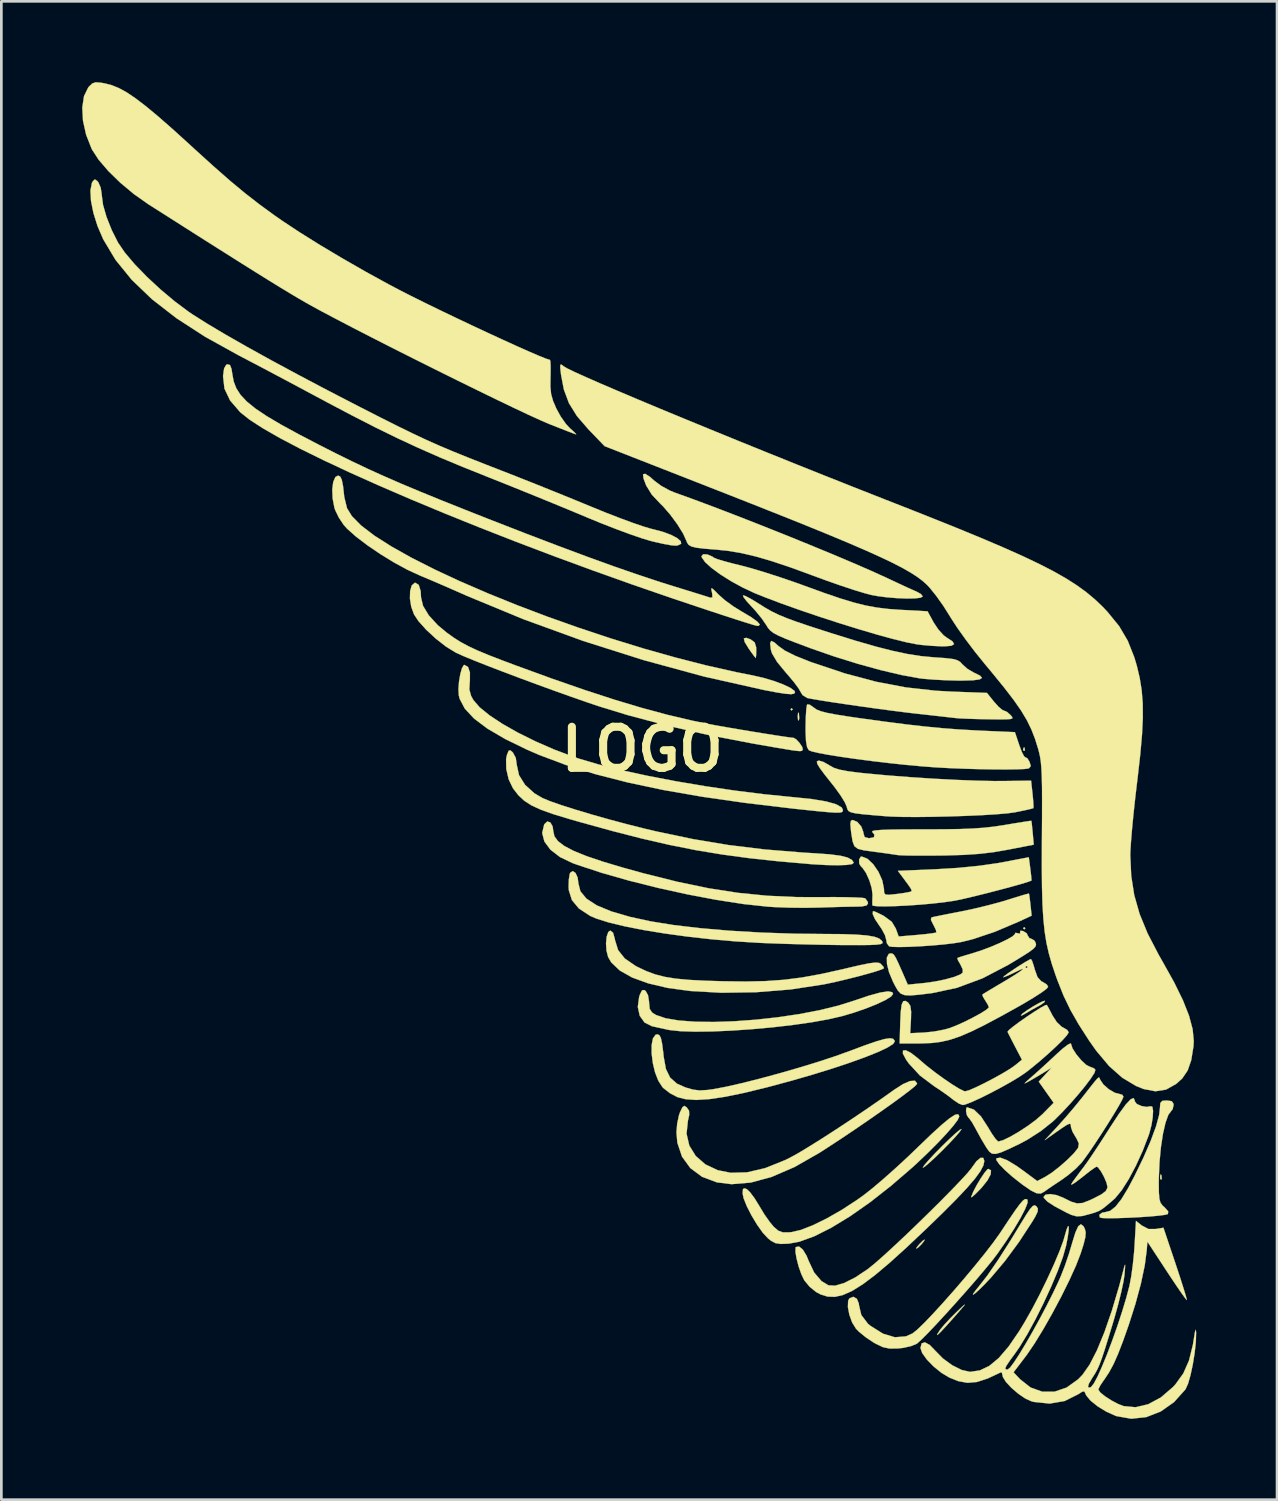
<source format=kicad_pcb>
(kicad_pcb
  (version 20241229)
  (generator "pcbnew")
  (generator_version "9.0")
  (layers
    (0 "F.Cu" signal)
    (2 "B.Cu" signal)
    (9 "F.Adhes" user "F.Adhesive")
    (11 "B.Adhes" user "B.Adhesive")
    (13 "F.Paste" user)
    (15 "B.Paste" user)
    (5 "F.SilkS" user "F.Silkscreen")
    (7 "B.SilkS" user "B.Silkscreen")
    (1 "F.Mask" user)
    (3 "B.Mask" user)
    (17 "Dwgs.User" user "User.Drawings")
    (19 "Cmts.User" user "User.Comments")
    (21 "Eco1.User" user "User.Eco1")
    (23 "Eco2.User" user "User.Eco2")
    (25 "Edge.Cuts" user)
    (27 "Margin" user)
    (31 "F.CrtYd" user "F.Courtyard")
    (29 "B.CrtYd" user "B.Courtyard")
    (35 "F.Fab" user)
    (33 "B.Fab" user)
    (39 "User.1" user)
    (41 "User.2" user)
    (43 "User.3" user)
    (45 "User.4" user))
  (footprint "LOGO"
    (layer "F.Cu")
    (at 20.794 24.767)
    (property "Reference" "LOGO" (at 0 0 0) (layer "F.SilkS") (effects (font (size 1.524 1.524) (thickness 0.3))))
    (attr through_hole)
    (fp_poly (pts (xy 5.588 -1.482) (xy 5.546 -1.439) (xy 5.503 -1.482) (xy 5.546 -1.524) (xy 5.588 -1.482)) (stroke (width 0.01) (type solid)) (fill yes) (layer "F.SilkS"))
    (fp_poly (pts (xy 14.224 6.646) (xy 14.182 6.689) (xy 14.139 6.646) (xy 14.182 6.604) (xy 14.224 6.646)) (stroke (width 0.01) (type solid)) (fill yes) (layer "F.SilkS"))
    (fp_poly (pts (xy 14.196 -0.056) (xy 14.206 0.044) (xy 14.196 0.056) (xy 14.145 0.045) (xy 14.139 0) (xy 14.17 -0.07) (xy 14.196 -0.056)) (stroke (width 0.01) (type solid)) (fill yes) (layer "F.SilkS"))
    (fp_poly (pts (xy 19.277 15.817) (xy 19.287 15.949) (xy 19.27 15.979) (xy 19.232 15.954) (xy 19.226 15.868) (xy 19.247 15.778) (xy 19.277 15.817)) (stroke (width 0.01) (type solid)) (fill yes) (layer "F.SilkS"))
    (fp_poly (pts (xy 5.812 -1.346) (xy 5.816 -1.332) (xy 5.828 -1.147) (xy 5.813 -1.078) (xy 5.785 -1.075) (xy 5.774 -1.208) (xy 5.774 -1.228) (xy 5.786 -1.359) (xy 5.812 -1.346)) (stroke (width 0.01) (type solid)) (fill yes) (layer "F.SilkS"))
    (fp_poly (pts (xy 10.465 18.256) (xy 10.372 18.373) (xy 10.244 18.498) (xy 10.176 18.542) (xy 10.193 18.489) (xy 10.287 18.373) (xy 10.414 18.247) (xy 10.483 18.203) (xy 10.465 18.256)) (stroke (width 0.01) (type solid)) (fill yes) (layer "F.SilkS"))
    (fp_poly (pts (xy 4.021 -4.08) (xy 4.173 -3.969) (xy 4.23 -3.787) (xy 4.233 -3.685) (xy 4.228 -3.489) (xy 4.215 -3.392) (xy 4.212 -3.39) (xy 4.156 -3.455) (xy 4.037 -3.617) (xy 3.953 -3.737) (xy 3.802 -3.984) (xy 3.772 -4.115) (xy 3.864 -4.137) (xy 4.021 -4.08)) (stroke (width 0.01) (type solid)) (fill yes) (layer "F.SilkS"))
    (fp_poly (pts (xy 14.919 9.402) (xy 14.772 9.503) (xy 14.719 9.531) (xy 14.471 9.666) (xy 14.256 9.794) (xy 14.245 9.801) (xy 14.107 9.878) (xy 14.055 9.882) (xy 14.12 9.81) (xy 14.284 9.692) (xy 14.498 9.556) (xy 14.714 9.433) (xy 14.883 9.352) (xy 14.955 9.339) (xy 14.919 9.402)) (stroke (width 0.01) (type solid)) (fill yes) (layer "F.SilkS"))
    (fp_poly (pts (xy 11.961 20.641) (xy 11.848 20.776) (xy 11.628 21.029) (xy 11.562 21.103) (xy 11.27 21.43) (xy 11.067 21.646) (xy 10.957 21.746) (xy 10.946 21.727) (xy 11.037 21.585) (xy 11.079 21.526) (xy 11.227 21.349) (xy 11.451 21.11) (xy 11.693 20.87) (xy 11.879 20.695) (xy 11.97 20.616) (xy 11.961 20.641)) (stroke (width 0.01) (type solid)) (fill yes) (layer "F.SilkS"))
    (fp_poly (pts (xy 12.948 15.633) (xy 12.936 15.782) (xy 12.819 16.002) (xy 12.608 16.268) (xy 12.568 16.311) (xy 12.379 16.503) (xy 12.25 16.618) (xy 12.207 16.632) (xy 12.208 16.63) (xy 12.285 16.437) (xy 12.412 16.192) (xy 12.561 15.941) (xy 12.704 15.728) (xy 12.813 15.598) (xy 12.848 15.579) (xy 12.948 15.633)) (stroke (width 0.01) (type solid)) (fill yes) (layer "F.SilkS"))
    (fp_poly (pts (xy 11.853 14.101) (xy 11.796 14.19) (xy 11.642 14.371) (xy 11.413 14.617) (xy 11.134 14.901) (xy 10.857 15.17) (xy 10.63 15.378) (xy 10.475 15.506) (xy 10.414 15.534) (xy 10.414 15.533) (xy 10.471 15.443) (xy 10.626 15.262) (xy 10.855 15.016) (xy 11.134 14.732) (xy 11.41 14.464) (xy 11.637 14.255) (xy 11.792 14.127) (xy 11.853 14.099) (xy 11.853 14.101)) (stroke (width 0.01) (type solid)) (fill yes) (layer "F.SilkS"))
    (fp_poly (pts (xy 14.633 16.967) (xy 14.689 17.053) (xy 14.68 17.167) (xy 14.593 17.349) (xy 14.479 17.54) (xy 13.992 18.286) (xy 13.47 18.995) (xy 12.96 19.6) (xy 12.715 19.861) (xy 12.51 20.064) (xy 12.361 20.198) (xy 12.281 20.252) (xy 12.285 20.215) (xy 12.389 20.074) (xy 12.47 19.977) (xy 12.809 19.543) (xy 13.212 18.959) (xy 13.681 18.223) (xy 14.032 17.646) (xy 14.246 17.296) (xy 14.395 17.073) (xy 14.497 16.958) (xy 14.572 16.931) (xy 14.633 16.967)) (stroke (width 0.01) (type solid)) (fill yes) (layer "F.SilkS"))
    (fp_poly (pts (xy 19.66 13.066) (xy 19.725 13.166) (xy 19.727 13.203) (xy 19.692 13.363) (xy 19.649 13.416) (xy 19.534 13.569) (xy 19.427 13.864) (xy 19.333 14.273) (xy 19.257 14.77) (xy 19.204 15.327) (xy 19.179 15.916) (xy 19.177 16.098) (xy 19.181 16.458) (xy 19.199 16.689) (xy 19.241 16.836) (xy 19.316 16.939) (xy 19.389 17.003) (xy 19.527 17.156) (xy 19.516 17.255) (xy 19.406 17.286) (xy 19.167 17.317) (xy 18.834 17.347) (xy 18.447 17.373) (xy 18.041 17.394) (xy 17.656 17.407) (xy 17.327 17.412) (xy 17.092 17.405) (xy 16.99 17.385) (xy 16.97 17.284) (xy 17.073 17.205) (xy 17.181 17.187) (xy 17.371 17.138) (xy 17.569 16.982) (xy 17.789 16.704) (xy 18.04 16.291) (xy 18.272 15.852) (xy 18.61 15.155) (xy 18.88 14.532) (xy 19.076 13.999) (xy 19.191 13.576) (xy 19.219 13.33) (xy 19.234 13.133) (xy 19.309 13.053) (xy 19.473 13.039) (xy 19.66 13.066)) (stroke (width 0.01) (type solid)) (fill yes) (layer "F.SilkS"))
    (fp_poly (pts (xy -3.411 2.718) (xy -3.326 2.867) (xy -3.302 3.045) (xy -3.26 3.232) (xy -3.128 3.412) (xy -2.893 3.591) (xy -2.545 3.774) (xy -2.073 3.966) (xy -1.465 4.171) (xy -0.712 4.396) (xy 0.049 4.606) (xy 1.309 4.921) (xy 2.465 5.161) (xy 3.559 5.331) (xy 4.636 5.438) (xy 5.738 5.488) (xy 6.608 5.491) (xy 7.111 5.488) (xy 7.559 5.492) (xy 7.922 5.502) (xy 8.172 5.516) (xy 8.28 5.535) (xy 8.374 5.668) (xy 8.382 5.72) (xy 8.33 5.799) (xy 8.154 5.836) (xy 7.972 5.842) (xy 7.719 5.845) (xy 7.351 5.853) (xy 6.919 5.866) (xy 6.554 5.878) (xy 6.036 5.887) (xy 5.466 5.881) (xy 4.928 5.861) (xy 4.657 5.844) (xy 3.761 5.747) (xy 2.753 5.591) (xy 1.679 5.388) (xy 0.581 5.146) (xy -0.496 4.876) (xy -1.509 4.587) (xy -2.413 4.289) (xy -2.584 4.227) (xy -3.055 4.002) (xy -3.408 3.729) (xy -3.633 3.426) (xy -3.715 3.11) (xy -3.642 2.798) (xy -3.635 2.783) (xy -3.525 2.681) (xy -3.411 2.718)) (stroke (width 0.01) (type solid)) (fill yes) (layer "F.SilkS"))
    (fp_poly (pts (xy 0.128 8.976) (xy 0.214 9.13) (xy 0.253 9.372) (xy 0.254 9.406) (xy 0.276 9.639) (xy 0.37 9.778) (xy 0.51 9.865) (xy 0.865 9.987) (xy 1.358 10.07) (xy 1.965 10.115) (xy 2.661 10.124) (xy 3.419 10.098) (xy 4.216 10.04) (xy 5.026 9.951) (xy 5.824 9.833) (xy 6.584 9.687) (xy 7.281 9.517) (xy 7.832 9.344) (xy 8.407 9.15) (xy 8.836 9.032) (xy 9.126 8.988) (xy 9.282 9.019) (xy 9.313 9.085) (xy 9.236 9.182) (xy 9.024 9.313) (xy 8.705 9.464) (xy 8.307 9.623) (xy 7.858 9.778) (xy 7.442 9.902) (xy 6.923 10.023) (xy 6.296 10.136) (xy 5.593 10.236) (xy 4.843 10.323) (xy 4.075 10.393) (xy 3.319 10.445) (xy 2.604 10.477) (xy 1.961 10.485) (xy 1.418 10.468) (xy 1.005 10.423) (xy 0.931 10.408) (xy 0.654 10.347) (xy 0.419 10.295) (xy 0.362 10.283) (xy 0.087 10.146) (xy -0.093 9.896) (xy -0.165 9.566) (xy -0.115 9.191) (xy -0.083 9.098) (xy -0.007 8.948) (xy 0.076 8.939) (xy 0.128 8.976)) (stroke (width 0.01) (type solid)) (fill yes) (layer "F.SilkS"))
    (fp_poly (pts (xy -2.477 4.593) (xy -2.399 4.761) (xy -2.371 4.975) (xy -2.296 5.274) (xy -2.072 5.546) (xy -1.692 5.794) (xy -1.155 6.018) (xy -0.456 6.222) (xy 0.296 6.386) (xy 1.152 6.525) (xy 2.147 6.642) (xy 3.25 6.737) (xy 4.433 6.806) (xy 5.665 6.847) (xy 6.738 6.858) (xy 7.419 6.863) (xy 7.948 6.881) (xy 8.344 6.913) (xy 8.623 6.962) (xy 8.804 7.031) (xy 8.903 7.121) (xy 8.923 7.16) (xy 8.917 7.203) (xy 8.85 7.234) (xy 8.7 7.255) (xy 8.447 7.267) (xy 8.07 7.271) (xy 7.551 7.27) (xy 7.385 7.269) (xy 6.741 7.26) (xy 6.022 7.244) (xy 5.298 7.224) (xy 4.639 7.2) (xy 4.36 7.188) (xy 3.465 7.133) (xy 2.563 7.054) (xy 1.677 6.955) (xy 0.83 6.839) (xy 0.046 6.711) (xy -0.654 6.573) (xy -1.245 6.43) (xy -1.706 6.285) (xy -1.933 6.187) (xy -2.35 5.914) (xy -2.611 5.6) (xy -2.727 5.23) (xy -2.735 5.104) (xy -2.726 4.84) (xy -2.695 4.639) (xy -2.675 4.586) (xy -2.578 4.523) (xy -2.477 4.593)) (stroke (width 0.01) (type solid)) (fill yes) (layer "F.SilkS"))
    (fp_poly (pts (xy -1.083 6.811) (xy -1.016 7.052) (xy -1.01 7.09) (xy -0.896 7.457) (xy -0.65 7.767) (xy -0.254 8.04) (xy -0.165 8.087) (xy 0.163 8.241) (xy 0.487 8.36) (xy 0.838 8.45) (xy 1.245 8.516) (xy 1.737 8.562) (xy 2.344 8.593) (xy 2.963 8.612) (xy 3.826 8.623) (xy 4.573 8.607) (xy 5.255 8.559) (xy 5.925 8.474) (xy 6.635 8.345) (xy 7.436 8.168) (xy 7.644 8.118) (xy 8.108 8.01) (xy 8.436 7.945) (xy 8.654 7.919) (xy 8.787 7.929) (xy 8.85 7.961) (xy 8.955 8.077) (xy 8.975 8.128) (xy 8.897 8.171) (xy 8.687 8.243) (xy 8.376 8.334) (xy 7.997 8.437) (xy 7.582 8.541) (xy 7.163 8.64) (xy 6.772 8.723) (xy 6.731 8.731) (xy 5.513 8.917) (xy 4.221 9.021) (xy 2.93 9.04) (xy 1.778 8.975) (xy 0.946 8.861) (xy 0.225 8.692) (xy -0.373 8.475) (xy -0.836 8.213) (xy -1.152 7.911) (xy -1.267 7.713) (xy -1.328 7.475) (xy -1.345 7.206) (xy -1.321 6.959) (xy -1.26 6.784) (xy -1.185 6.731) (xy -1.083 6.811)) (stroke (width 0.01) (type solid)) (fill yes) (layer "F.SilkS"))
    (fp_poly (pts (xy 2.418 -7.232) (xy 2.603 -7.153) (xy 2.67 -7.106) (xy 2.785 -7.059) (xy 3.027 -6.986) (xy 3.358 -6.897) (xy 3.661 -6.823) (xy 4.051 -6.719) (xy 4.55 -6.569) (xy 5.108 -6.389) (xy 5.676 -6.195) (xy 6.028 -6.068) (xy 6.746 -5.807) (xy 7.34 -5.604) (xy 7.843 -5.451) (xy 8.287 -5.339) (xy 8.704 -5.262) (xy 9.127 -5.21) (xy 9.587 -5.176) (xy 9.636 -5.174) (xy 10.593 -5.122) (xy 10.821 -4.704) (xy 10.996 -4.442) (xy 11.192 -4.228) (xy 11.297 -4.15) (xy 11.519 -4.005) (xy 11.578 -3.902) (xy 11.473 -3.841) (xy 11.204 -3.82) (xy 11.12 -3.821) (xy 10.75 -3.839) (xy 10.368 -3.873) (xy 10.202 -3.894) (xy 9.824 -3.968) (xy 9.316 -4.093) (xy 8.708 -4.26) (xy 8.027 -4.461) (xy 7.303 -4.686) (xy 6.564 -4.926) (xy 5.84 -5.172) (xy 5.158 -5.415) (xy 4.547 -5.646) (xy 4.177 -5.795) (xy 3.733 -6.002) (xy 3.3 -6.239) (xy 2.904 -6.488) (xy 2.573 -6.731) (xy 2.333 -6.948) (xy 2.211 -7.122) (xy 2.201 -7.17) (xy 2.265 -7.24) (xy 2.418 -7.232)) (stroke (width 0.01) (type solid)) (fill yes) (layer "F.SilkS"))
    (fp_poly (pts (xy 6.725 0.47) (xy 6.931 0.585) (xy 6.959 0.604) (xy 7.112 0.689) (xy 7.324 0.757) (xy 7.627 0.815) (xy 8.053 0.87) (xy 8.284 0.894) (xy 9.085 0.969) (xy 9.938 1.035) (xy 10.803 1.092) (xy 11.641 1.136) (xy 12.414 1.166) (xy 13.081 1.18) (xy 13.417 1.179) (xy 14.436 1.165) (xy 14.491 1.662) (xy 14.516 1.931) (xy 14.526 2.122) (xy 14.521 2.186) (xy 14.431 2.213) (xy 14.217 2.263) (xy 13.92 2.324) (xy 13.83 2.342) (xy 13.551 2.38) (xy 13.135 2.415) (xy 12.617 2.447) (xy 12.031 2.473) (xy 11.409 2.494) (xy 10.785 2.508) (xy 10.193 2.515) (xy 9.666 2.512) (xy 9.237 2.499) (xy 9.059 2.488) (xy 8.541 2.445) (xy 8.166 2.41) (xy 7.911 2.378) (xy 7.751 2.341) (xy 7.662 2.295) (xy 7.618 2.233) (xy 7.595 2.149) (xy 7.592 2.132) (xy 7.518 1.964) (xy 7.363 1.713) (xy 7.154 1.423) (xy 7.067 1.312) (xy 6.782 0.953) (xy 6.596 0.703) (xy 6.5 0.544) (xy 6.482 0.458) (xy 6.532 0.425) (xy 6.567 0.423) (xy 6.725 0.47)) (stroke (width 0.01) (type solid)) (fill yes) (layer "F.SilkS"))
    (fp_poly (pts (xy -4.801 0.122) (xy -4.695 0.32) (xy -4.657 0.586) (xy -4.576 0.96) (xy -4.351 1.32) (xy -4.005 1.635) (xy -3.71 1.809) (xy -3.429 1.926) (xy -3.012 2.072) (xy -2.488 2.239) (xy -1.888 2.419) (xy -1.239 2.603) (xy -0.572 2.781) (xy 0.084 2.947) (xy 0.53 3.052) (xy 1.892 3.337) (xy 3.211 3.557) (xy 4.55 3.72) (xy 5.973 3.836) (xy 6.41 3.862) (xy 6.959 3.901) (xy 7.359 3.953) (xy 7.629 4.022) (xy 7.789 4.113) (xy 7.853 4.212) (xy 7.793 4.263) (xy 7.587 4.295) (xy 7.258 4.307) (xy 6.83 4.299) (xy 6.325 4.27) (xy 6.223 4.262) (xy 5.042 4.158) (xy 3.965 4.042) (xy 2.957 3.906) (xy 1.981 3.744) (xy 1.002 3.549) (xy -0.016 3.315) (xy -1.11 3.035) (xy -2.315 2.702) (xy -2.696 2.593) (xy -3.297 2.411) (xy -3.76 2.246) (xy -4.113 2.084) (xy -4.384 1.908) (xy -4.602 1.704) (xy -4.794 1.456) (xy -4.801 1.446) (xy -4.959 1.117) (xy -5.048 0.731) (xy -5.055 0.364) (xy -5.022 0.206) (xy -4.959 0.052) (xy -4.891 0.042) (xy -4.801 0.122)) (stroke (width 0.01) (type solid)) (fill yes) (layer "F.SilkS"))
    (fp_poly (pts (xy 4.908 -3.966) (xy 5.061 -3.829) (xy 5.301 -3.659) (xy 5.693 -3.464) (xy 6.224 -3.252) (xy 6.276 -3.233) (xy 7.515 -2.818) (xy 8.671 -2.509) (xy 9.785 -2.297) (xy 10.899 -2.173) (xy 11.499 -2.14) (xy 12.797 -2.092) (xy 13.059 -1.766) (xy 13.23 -1.576) (xy 13.372 -1.458) (xy 13.421 -1.439) (xy 13.548 -1.382) (xy 13.674 -1.27) (xy 13.734 -1.197) (xy 13.743 -1.149) (xy 13.675 -1.122) (xy 13.507 -1.11) (xy 13.213 -1.109) (xy 12.861 -1.113) (xy 12.447 -1.121) (xy 12.072 -1.133) (xy 11.782 -1.146) (xy 11.642 -1.158) (xy 11.466 -1.178) (xy 11.16 -1.213) (xy 10.765 -1.257) (xy 10.319 -1.307) (xy 10.202 -1.319) (xy 9.77 -1.37) (xy 9.257 -1.435) (xy 8.695 -1.51) (xy 8.116 -1.591) (xy 7.553 -1.672) (xy 7.037 -1.749) (xy 6.6 -1.818) (xy 6.276 -1.873) (xy 6.123 -1.904) (xy 5.95 -2.012) (xy 5.882 -2.124) (xy 5.801 -2.265) (xy 5.635 -2.489) (xy 5.413 -2.754) (xy 5.329 -2.849) (xy 5.008 -3.24) (xy 4.82 -3.556) (xy 4.776 -3.692) (xy 4.747 -3.933) (xy 4.788 -4.022) (xy 4.908 -3.966)) (stroke (width 0.01) (type solid)) (fill yes) (layer "F.SilkS"))
    (fp_poly (pts (xy 6.218 -1.655) (xy 6.366 -1.55) (xy 6.372 -1.545) (xy 6.471 -1.475) (xy 6.626 -1.413) (xy 6.858 -1.352) (xy 7.192 -1.288) (xy 7.653 -1.215) (xy 8.086 -1.152) (xy 9.009 -1.025) (xy 9.802 -0.923) (xy 10.501 -0.844) (xy 11.145 -0.782) (xy 11.768 -0.735) (xy 12.407 -0.699) (xy 12.612 -0.689) (xy 13.836 -0.635) (xy 13.998 -0.15) (xy 14.092 0.099) (xy 14.175 0.26) (xy 14.222 0.297) (xy 14.298 0.335) (xy 14.376 0.461) (xy 14.425 0.621) (xy 14.366 0.701) (xy 14.339 0.713) (xy 14.196 0.733) (xy 13.913 0.745) (xy 13.52 0.75) (xy 13.045 0.748) (xy 12.519 0.739) (xy 11.969 0.723) (xy 11.426 0.702) (xy 10.918 0.674) (xy 10.88 0.672) (xy 10.348 0.631) (xy 9.764 0.577) (xy 9.152 0.512) (xy 8.538 0.439) (xy 7.946 0.362) (xy 7.4 0.284) (xy 6.926 0.209) (xy 6.548 0.139) (xy 6.292 0.079) (xy 6.183 0.035) (xy 6.118 -0.083) (xy 6.08 -0.299) (xy 6.064 -0.643) (xy 6.064 -0.847) (xy 6.072 -1.191) (xy 6.089 -1.468) (xy 6.113 -1.636) (xy 6.125 -1.666) (xy 6.218 -1.655)) (stroke (width 0.01) (type solid)) (fill yes) (layer "F.SilkS"))
    (fp_poly (pts (xy 10.201 12.401) (xy 10.202 12.423) (xy 10.135 12.499) (xy 9.946 12.655) (xy 9.655 12.876) (xy 9.283 13.148) (xy 8.848 13.457) (xy 8.371 13.789) (xy 7.872 14.13) (xy 7.37 14.467) (xy 6.886 14.784) (xy 6.56 14.993) (xy 5.652 15.511) (xy 4.807 15.876) (xy 4.026 16.088) (xy 3.313 16.147) (xy 2.77 16.079) (xy 2.221 15.873) (xy 1.786 15.55) (xy 1.476 15.123) (xy 1.303 14.607) (xy 1.27 14.224) (xy 1.297 13.898) (xy 1.365 13.583) (xy 1.399 13.486) (xy 1.489 13.294) (xy 1.559 13.238) (xy 1.645 13.293) (xy 1.66 13.307) (xy 1.737 13.421) (xy 1.744 13.575) (xy 1.695 13.796) (xy 1.645 14.273) (xy 1.747 14.714) (xy 1.986 15.1) (xy 2.343 15.412) (xy 2.803 15.628) (xy 3.282 15.724) (xy 3.891 15.707) (xy 4.562 15.551) (xy 5.304 15.253) (xy 5.479 15.167) (xy 5.773 15.006) (xy 6.176 14.763) (xy 6.663 14.459) (xy 7.205 14.109) (xy 7.775 13.733) (xy 8.346 13.348) (xy 8.889 12.972) (xy 9.356 12.64) (xy 9.682 12.431) (xy 9.945 12.318) (xy 10.125 12.306) (xy 10.201 12.401)) (stroke (width 0.01) (type solid)) (fill yes) (layer "F.SilkS"))
    (fp_poly (pts (xy 14.373 5.445) (xy 14.399 5.646) (xy 14.414 5.777) (xy 14.457 6.178) (xy 13.981 6.399) (xy 13.088 6.778) (xy 12.272 7.051) (xy 11.85 7.155) (xy 11.559 7.203) (xy 11.18 7.248) (xy 10.75 7.286) (xy 10.308 7.316) (xy 9.889 7.336) (xy 9.533 7.343) (xy 9.276 7.336) (xy 9.165 7.316) (xy 9.081 7.202) (xy 9.059 7.078) (xy 9.01 6.899) (xy 8.884 6.665) (xy 8.808 6.556) (xy 8.642 6.308) (xy 8.557 6.12) (xy 8.563 6.02) (xy 8.591 6.011) (xy 8.683 6.047) (xy 8.871 6.137) (xy 8.969 6.188) (xy 9.265 6.406) (xy 9.414 6.658) (xy 9.52 6.951) (xy 10.2 6.894) (xy 10.521 6.863) (xy 10.77 6.832) (xy 10.906 6.807) (xy 10.918 6.802) (xy 10.905 6.715) (xy 10.824 6.545) (xy 10.807 6.516) (xy 10.718 6.337) (xy 10.73 6.252) (xy 10.769 6.235) (xy 10.892 6.208) (xy 11.145 6.157) (xy 11.487 6.089) (xy 11.841 6.021) (xy 12.331 5.917) (xy 12.858 5.789) (xy 13.344 5.658) (xy 13.573 5.588) (xy 13.905 5.484) (xy 14.168 5.405) (xy 14.327 5.362) (xy 14.357 5.359) (xy 14.373 5.445)) (stroke (width 0.01) (type solid)) (fill yes) (layer "F.SilkS"))
    (fp_poly (pts (xy 0.634 10.612) (xy 0.691 10.717) (xy 0.737 10.927) (xy 0.781 11.268) (xy 0.796 11.417) (xy 0.878 11.869) (xy 1.036 12.192) (xy 1.292 12.417) (xy 1.606 12.556) (xy 1.888 12.637) (xy 2.135 12.667) (xy 2.424 12.649) (xy 2.65 12.617) (xy 3.117 12.529) (xy 3.705 12.395) (xy 4.379 12.225) (xy 5.099 12.03) (xy 5.83 11.819) (xy 6.533 11.604) (xy 7.171 11.394) (xy 7.705 11.202) (xy 8.265 10.992) (xy 8.688 10.846) (xy 8.992 10.759) (xy 9.195 10.729) (xy 9.316 10.751) (xy 9.372 10.822) (xy 9.378 10.843) (xy 9.314 10.942) (xy 9.102 11.076) (xy 8.755 11.239) (xy 8.291 11.425) (xy 7.725 11.63) (xy 7.071 11.848) (xy 6.346 12.073) (xy 5.565 12.299) (xy 4.743 12.521) (xy 4.657 12.544) (xy 3.798 12.754) (xy 3.08 12.902) (xy 2.487 12.99) (xy 2.003 13.02) (xy 1.612 12.993) (xy 1.312 12.917) (xy 1.032 12.772) (xy 0.782 12.577) (xy 0.75 12.543) (xy 0.597 12.307) (xy 0.476 11.997) (xy 0.393 11.649) (xy 0.349 11.3) (xy 0.349 10.984) (xy 0.395 10.74) (xy 0.492 10.601) (xy 0.559 10.583) (xy 0.634 10.612)) (stroke (width 0.01) (type solid)) (fill yes) (layer "F.SilkS"))
    (fp_poly (pts (xy 12.7 15.288) (xy 12.665 15.453) (xy 12.553 15.666) (xy 12.356 15.937) (xy 12.065 16.277) (xy 11.671 16.695) (xy 11.166 17.203) (xy 10.54 17.81) (xy 10.527 17.822) (xy 9.804 18.505) (xy 9.181 19.068) (xy 8.647 19.518) (xy 8.189 19.862) (xy 7.795 20.108) (xy 7.453 20.261) (xy 7.152 20.33) (xy 6.878 20.32) (xy 6.62 20.239) (xy 6.455 20.151) (xy 6.216 19.957) (xy 6.018 19.718) (xy 6.012 19.708) (xy 5.905 19.485) (xy 5.806 19.202) (xy 5.73 18.91) (xy 5.688 18.661) (xy 5.693 18.503) (xy 5.705 18.481) (xy 5.822 18.461) (xy 5.962 18.576) (xy 6.1 18.801) (xy 6.175 18.987) (xy 6.381 19.424) (xy 6.653 19.744) (xy 6.912 19.901) (xy 7.161 19.915) (xy 7.5 19.815) (xy 7.904 19.612) (xy 8.35 19.316) (xy 8.424 19.26) (xy 8.668 19.06) (xy 8.991 18.774) (xy 9.375 18.421) (xy 9.8 18.022) (xy 10.244 17.595) (xy 10.69 17.159) (xy 11.116 16.736) (xy 11.503 16.343) (xy 11.83 16.001) (xy 12.079 15.73) (xy 12.228 15.547) (xy 12.249 15.515) (xy 12.411 15.291) (xy 12.557 15.171) (xy 12.662 15.169) (xy 12.7 15.288)) (stroke (width 0.01) (type solid)) (fill yes) (layer "F.SilkS"))
    (fp_poly (pts (xy 0.288 -10.112) (xy 0.45 -9.968) (xy 0.707 -9.777) (xy 1.031 -9.601) (xy 1.197 -9.533) (xy 1.878 -9.287) (xy 2.655 -8.997) (xy 3.502 -8.672) (xy 4.39 -8.324) (xy 5.292 -7.965) (xy 6.181 -7.604) (xy 7.029 -7.254) (xy 7.808 -6.925) (xy 8.491 -6.628) (xy 9.05 -6.375) (xy 9.186 -6.311) (xy 9.54 -6.145) (xy 9.86 -5.997) (xy 10.101 -5.889) (xy 10.181 -5.855) (xy 10.347 -5.762) (xy 10.414 -5.674) (xy 10.336 -5.627) (xy 10.127 -5.601) (xy 9.822 -5.596) (xy 9.459 -5.61) (xy 9.074 -5.642) (xy 8.703 -5.691) (xy 8.509 -5.728) (xy 8.238 -5.799) (xy 7.846 -5.919) (xy 7.373 -6.076) (xy 6.855 -6.257) (xy 6.373 -6.434) (xy 5.541 -6.739) (xy 4.833 -6.977) (xy 4.221 -7.156) (xy 3.677 -7.284) (xy 3.173 -7.368) (xy 2.752 -7.411) (xy 2.315 -7.446) (xy 2.017 -7.482) (xy 1.829 -7.527) (xy 1.721 -7.589) (xy 1.663 -7.677) (xy 1.645 -7.726) (xy 1.518 -8.006) (xy 1.305 -8.35) (xy 1.045 -8.704) (xy 0.775 -9.016) (xy 0.677 -9.112) (xy 0.355 -9.453) (xy 0.146 -9.792) (xy 0.047 -10.054) (xy 0.029 -10.208) (xy 0.111 -10.227) (xy 0.288 -10.112)) (stroke (width 0.01) (type solid)) (fill yes) (layer "F.SilkS"))
    (fp_poly (pts (xy 3.825 -5.692) (xy 4.014 -5.595) (xy 4.268 -5.442) (xy 4.325 -5.405) (xy 4.569 -5.252) (xy 4.802 -5.119) (xy 5.053 -4.997) (xy 5.348 -4.874) (xy 5.714 -4.739) (xy 6.178 -4.581) (xy 6.768 -4.39) (xy 7.027 -4.307) (xy 7.902 -4.035) (xy 8.645 -3.82) (xy 9.283 -3.657) (xy 9.841 -3.538) (xy 10.346 -3.459) (xy 10.824 -3.414) (xy 10.868 -3.411) (xy 11.265 -3.383) (xy 11.529 -3.351) (xy 11.698 -3.306) (xy 11.808 -3.239) (xy 11.881 -3.159) (xy 12.07 -2.987) (xy 12.314 -2.844) (xy 12.327 -2.839) (xy 12.546 -2.73) (xy 12.613 -2.648) (xy 12.523 -2.592) (xy 12.274 -2.56) (xy 11.861 -2.549) (xy 11.705 -2.55) (xy 11.264 -2.562) (xy 10.825 -2.585) (xy 10.453 -2.615) (xy 10.296 -2.634) (xy 9.626 -2.756) (xy 8.846 -2.94) (xy 7.998 -3.174) (xy 7.124 -3.446) (xy 6.266 -3.744) (xy 6.223 -3.761) (xy 5.709 -3.953) (xy 5.329 -4.101) (xy 5.06 -4.217) (xy 4.877 -4.314) (xy 4.755 -4.406) (xy 4.67 -4.504) (xy 4.605 -4.609) (xy 4.442 -4.848) (xy 4.216 -5.126) (xy 4.06 -5.296) (xy 3.876 -5.497) (xy 3.76 -5.649) (xy 3.738 -5.714) (xy 3.825 -5.692)) (stroke (width 0.01) (type solid)) (fill yes) (layer "F.SilkS"))
    (fp_poly (pts (xy 7.984 2.697) (xy 8.134 2.871) (xy 8.211 3.082) (xy 8.213 3.118) (xy 8.256 3.26) (xy 8.413 3.302) (xy 8.424 3.302) (xy 8.6 3.27) (xy 8.62 3.174) (xy 8.538 3.069) (xy 8.548 3.036) (xy 8.657 3.012) (xy 8.88 2.994) (xy 9.23 2.982) (xy 9.72 2.975) (xy 10.365 2.973) (xy 10.464 2.973) (xy 11.189 2.971) (xy 11.778 2.962) (xy 12.264 2.943) (xy 12.679 2.914) (xy 13.058 2.872) (xy 13.434 2.815) (xy 13.462 2.81) (xy 13.844 2.746) (xy 14.157 2.696) (xy 14.369 2.664) (xy 14.446 2.656) (xy 14.459 2.739) (xy 14.48 2.939) (xy 14.496 3.104) (xy 14.536 3.542) (xy 13.555 3.733) (xy 13.038 3.822) (xy 12.52 3.883) (xy 11.946 3.922) (xy 11.264 3.943) (xy 11.134 3.945) (xy 10.642 3.949) (xy 10.196 3.949) (xy 9.83 3.945) (xy 9.576 3.936) (xy 9.483 3.928) (xy 9.3 3.9) (xy 9.006 3.858) (xy 8.657 3.811) (xy 8.576 3.8) (xy 8.224 3.752) (xy 8.004 3.696) (xy 7.878 3.599) (xy 7.811 3.426) (xy 7.765 3.145) (xy 7.749 3.027) (xy 7.726 2.776) (xy 7.749 2.653) (xy 7.813 2.625) (xy 7.984 2.697)) (stroke (width 0.01) (type solid)) (fill yes) (layer "F.SilkS"))
    (fp_poly (pts (xy 11.768 13.621) (xy 11.769 13.638) (xy 11.709 13.766) (xy 11.543 13.986) (xy 11.289 14.278) (xy 10.967 14.62) (xy 10.596 14.991) (xy 10.196 15.372) (xy 10.033 15.521) (xy 9.234 16.21) (xy 8.456 16.82) (xy 7.712 17.341) (xy 7.017 17.764) (xy 6.387 18.081) (xy 5.835 18.282) (xy 5.437 18.355) (xy 5.141 18.366) (xy 4.945 18.336) (xy 4.779 18.246) (xy 4.671 18.16) (xy 4.478 17.953) (xy 4.265 17.653) (xy 4.057 17.308) (xy 3.881 16.964) (xy 3.762 16.667) (xy 3.726 16.486) (xy 3.741 16.325) (xy 3.809 16.301) (xy 3.887 16.336) (xy 4.007 16.451) (xy 4.17 16.67) (xy 4.341 16.946) (xy 4.347 16.958) (xy 4.534 17.266) (xy 4.731 17.547) (xy 4.883 17.73) (xy 5.051 17.874) (xy 5.215 17.935) (xy 5.451 17.935) (xy 5.535 17.927) (xy 5.889 17.846) (xy 6.342 17.669) (xy 6.862 17.413) (xy 7.42 17.093) (xy 7.984 16.724) (xy 8.255 16.529) (xy 8.564 16.284) (xy 8.957 15.95) (xy 9.398 15.558) (xy 9.852 15.139) (xy 10.252 14.755) (xy 10.741 14.285) (xy 11.125 13.935) (xy 11.411 13.7) (xy 11.609 13.573) (xy 11.725 13.548) (xy 11.768 13.621)) (stroke (width 0.01) (type solid)) (fill yes) (layer "F.SilkS"))
    (fp_poly (pts (xy -6.469 -3.057) (xy -6.397 -2.851) (xy -6.399 -2.543) (xy -6.403 -2.516) (xy -6.419 -2.219) (xy -6.355 -1.983) (xy -6.271 -1.83) (xy -6.041 -1.561) (xy -5.671 -1.26) (xy -5.185 -0.939) (xy -4.607 -0.612) (xy -3.96 -0.291) (xy -3.268 0.011) (xy -2.555 0.28) (xy -2.353 0.348) (xy -1.631 0.561) (xy -0.771 0.776) (xy 0.197 0.986) (xy 1.24 1.186) (xy 2.328 1.37) (xy 3.43 1.533) (xy 4.514 1.669) (xy 5.55 1.773) (xy 5.63 1.78) (xy 6.309 1.851) (xy 6.834 1.939) (xy 7.201 2.043) (xy 7.406 2.161) (xy 7.451 2.257) (xy 7.443 2.303) (xy 7.407 2.336) (xy 7.32 2.352) (xy 7.164 2.353) (xy 6.918 2.337) (xy 6.56 2.304) (xy 6.07 2.253) (xy 5.588 2.202) (xy 3.832 1.993) (xy 2.232 1.764) (xy 0.777 1.511) (xy -0.544 1.231) (xy -1.743 0.924) (xy -2.833 0.584) (xy -3.825 0.211) (xy -4.265 0.021) (xy -5.087 -0.379) (xy -5.746 -0.765) (xy -6.244 -1.14) (xy -6.587 -1.507) (xy -6.778 -1.87) (xy -6.812 -2.007) (xy -6.824 -2.239) (xy -6.802 -2.516) (xy -6.755 -2.79) (xy -6.693 -3.01) (xy -6.624 -3.126) (xy -6.604 -3.133) (xy -6.469 -3.057)) (stroke (width 0.01) (type solid)) (fill yes) (layer "F.SilkS"))
    (fp_poly (pts (xy 8.358 4.064) (xy 8.575 4.267) (xy 8.769 4.549) (xy 8.911 4.867) (xy 8.974 5.178) (xy 8.975 5.21) (xy 8.982 5.333) (xy 9.031 5.393) (xy 9.162 5.403) (xy 9.415 5.377) (xy 9.461 5.372) (xy 9.731 5.334) (xy 9.924 5.298) (xy 9.988 5.277) (xy 10.002 5.244) (xy 9.974 5.178) (xy 9.885 5.045) (xy 9.716 4.816) (xy 9.677 4.763) (xy 9.49 4.514) (xy 10.904 4.454) (xy 11.725 4.404) (xy 12.51 4.326) (xy 13.201 4.227) (xy 13.335 4.203) (xy 14.351 4.01) (xy 14.408 4.439) (xy 14.437 4.683) (xy 14.451 4.842) (xy 14.45 4.876) (xy 14.311 4.927) (xy 14.042 5.009) (xy 13.678 5.111) (xy 13.255 5.224) (xy 12.808 5.34) (xy 12.371 5.448) (xy 11.98 5.541) (xy 11.67 5.608) (xy 11.557 5.629) (xy 11.19 5.682) (xy 10.76 5.73) (xy 10.298 5.771) (xy 9.834 5.803) (xy 9.399 5.824) (xy 9.023 5.834) (xy 8.737 5.83) (xy 8.572 5.81) (xy 8.543 5.792) (xy 8.541 5.662) (xy 8.547 5.444) (xy 8.549 5.406) (xy 8.52 5.156) (xy 8.43 4.863) (xy 8.306 4.589) (xy 8.173 4.397) (xy 8.129 4.361) (xy 8.056 4.249) (xy 8.051 4.099) (xy 8.108 3.994) (xy 8.149 3.982) (xy 8.358 4.064)) (stroke (width 0.01) (type solid)) (fill yes) (layer "F.SilkS"))
    (fp_poly (pts (xy -11.215 -10.126) (xy -11.155 -10.005) (xy -11.108 -9.77) (xy -11.066 -9.395) (xy -11.064 -9.371) (xy -10.961 -8.949) (xy -10.777 -8.651) (xy -10.437 -8.307) (xy -9.946 -7.932) (xy -9.318 -7.532) (xy -8.57 -7.112) (xy -7.714 -6.678) (xy -6.767 -6.237) (xy -5.742 -5.793) (xy -4.655 -5.353) (xy -3.519 -4.922) (xy -2.349 -4.507) (xy -1.161 -4.113) (xy 0.031 -3.745) (xy 1.214 -3.411) (xy 2.371 -3.114) (xy 3.489 -2.863) (xy 4.099 -2.742) (xy 4.497 -2.651) (xy 4.885 -2.536) (xy 5.229 -2.408) (xy 5.495 -2.282) (xy 5.649 -2.171) (xy 5.673 -2.121) (xy 5.642 -2.066) (xy 5.534 -2.045) (xy 5.329 -2.058) (xy 5.004 -2.108) (xy 4.538 -2.196) (xy 4.487 -2.207) (xy 2.292 -2.7) (xy 0.043 -3.312) (xy -2.207 -4.026) (xy -4.41 -4.827) (xy -6.515 -5.698) (xy -6.562 -5.719) (xy -7.027 -5.924) (xy -7.471 -6.118) (xy -7.858 -6.284) (xy -8.148 -6.407) (xy -8.25 -6.449) (xy -8.704 -6.656) (xy -9.205 -6.928) (xy -9.717 -7.242) (xy -10.203 -7.572) (xy -10.628 -7.895) (xy -10.956 -8.187) (xy -11.083 -8.329) (xy -11.261 -8.596) (xy -11.398 -8.876) (xy -11.428 -8.964) (xy -11.495 -9.311) (xy -11.509 -9.643) (xy -11.473 -9.921) (xy -11.393 -10.106) (xy -11.295 -10.16) (xy -11.215 -10.126)) (stroke (width 0.01) (type solid)) (fill yes) (layer "F.SilkS"))
    (fp_poly (pts (xy 14.273 16.704) (xy 14.304 16.727) (xy 14.305 16.841) (xy 14.216 17.069) (xy 14.048 17.394) (xy 13.812 17.793) (xy 13.52 18.247) (xy 13.186 18.729) (xy 13.001 18.972) (xy 12.737 19.294) (xy 12.415 19.675) (xy 12.054 20.09) (xy 11.675 20.517) (xy 11.299 20.934) (xy 10.944 21.319) (xy 10.633 21.648) (xy 10.384 21.899) (xy 10.219 22.05) (xy 10.189 22.072) (xy 9.98 22.159) (xy 9.683 22.225) (xy 9.493 22.246) (xy 9.182 22.249) (xy 8.937 22.198) (xy 8.67 22.071) (xy 8.584 22.022) (xy 8.301 21.833) (xy 8.045 21.624) (xy 7.933 21.51) (xy 7.792 21.28) (xy 7.689 20.995) (xy 7.635 20.71) (xy 7.643 20.482) (xy 7.688 20.387) (xy 7.835 20.328) (xy 7.968 20.402) (xy 8.042 20.58) (xy 8.046 20.635) (xy 8.133 21.005) (xy 8.38 21.329) (xy 8.467 21.402) (xy 8.939 21.698) (xy 9.38 21.83) (xy 9.788 21.797) (xy 10.038 21.686) (xy 10.211 21.547) (xy 10.47 21.297) (xy 10.794 20.958) (xy 11.165 20.553) (xy 11.562 20.105) (xy 11.967 19.634) (xy 12.359 19.164) (xy 12.72 18.718) (xy 13.03 18.316) (xy 13.27 17.982) (xy 13.309 17.924) (xy 13.616 17.46) (xy 13.846 17.122) (xy 14.013 16.894) (xy 14.13 16.759) (xy 14.212 16.701) (xy 14.273 16.704)) (stroke (width 0.01) (type solid)) (fill yes) (layer "F.SilkS"))
    (fp_poly (pts (xy 14.139 6.749) (xy 14.277 6.834) (xy 14.309 6.91) (xy 14.376 7.016) (xy 14.427 7.027) (xy 14.553 7.096) (xy 14.601 7.173) (xy 14.62 7.249) (xy 14.6 7.321) (xy 14.522 7.408) (xy 14.366 7.525) (xy 14.11 7.69) (xy 13.734 7.918) (xy 13.587 8.006) (xy 12.634 8.504) (xy 11.686 8.856) (xy 10.764 9.053) (xy 10.741 9.056) (xy 10.284 9.112) (xy 9.963 9.14) (xy 9.745 9.129) (xy 9.597 9.071) (xy 9.487 8.955) (xy 9.382 8.772) (xy 9.31 8.629) (xy 9.163 8.281) (xy 9.086 7.972) (xy 9.081 7.734) (xy 9.151 7.598) (xy 9.219 7.578) (xy 9.286 7.586) (xy 9.345 7.632) (xy 9.415 7.745) (xy 9.515 7.954) (xy 9.661 8.285) (xy 9.859 8.739) (xy 10.436 8.682) (xy 10.842 8.627) (xy 11.232 8.549) (xy 11.566 8.457) (xy 11.803 8.364) (xy 11.899 8.291) (xy 11.895 8.167) (xy 11.812 7.99) (xy 11.721 7.832) (xy 11.698 7.75) (xy 11.698 7.75) (xy 11.788 7.716) (xy 11.994 7.652) (xy 12.234 7.582) (xy 12.572 7.474) (xy 12.927 7.341) (xy 13.264 7.198) (xy 13.551 7.06) (xy 13.753 6.943) (xy 13.838 6.861) (xy 13.836 6.847) (xy 13.861 6.812) (xy 13.937 6.831) (xy 14.036 6.844) (xy 14.026 6.796) (xy 14.038 6.737) (xy 14.139 6.749)) (stroke (width 0.01) (type solid)) (fill yes) (layer "F.SilkS"))
    (fp_poly (pts (xy 15.072 9.58) (xy 15.172 9.769) (xy 15.233 9.888) (xy 15.391 10.131) (xy 15.567 10.3) (xy 15.624 10.331) (xy 15.78 10.423) (xy 15.833 10.509) (xy 15.771 10.613) (xy 15.604 10.8) (xy 15.357 11.043) (xy 15.057 11.32) (xy 14.729 11.605) (xy 14.4 11.875) (xy 14.236 12.002) (xy 13.992 12.167) (xy 13.664 12.364) (xy 13.287 12.574) (xy 12.896 12.78) (xy 12.525 12.964) (xy 12.209 13.107) (xy 11.983 13.192) (xy 11.903 13.208) (xy 11.761 13.157) (xy 11.572 13.032) (xy 11.542 13.008) (xy 11.34 12.853) (xy 11.062 12.657) (xy 10.837 12.509) (xy 10.306 12.11) (xy 9.898 11.667) (xy 9.792 11.517) (xy 9.677 11.3) (xy 9.68 11.186) (xy 9.784 11.175) (xy 9.972 11.269) (xy 10.228 11.467) (xy 10.268 11.503) (xy 10.541 11.737) (xy 10.861 11.987) (xy 11.195 12.231) (xy 11.51 12.444) (xy 11.772 12.606) (xy 11.949 12.692) (xy 11.988 12.7) (xy 12.132 12.66) (xy 12.381 12.553) (xy 12.697 12.399) (xy 13.041 12.22) (xy 13.373 12.035) (xy 13.655 11.865) (xy 13.843 11.733) (xy 14.097 11.526) (xy 13.843 11.041) (xy 13.708 10.78) (xy 13.606 10.58) (xy 13.562 10.489) (xy 13.617 10.421) (xy 13.779 10.288) (xy 14.013 10.115) (xy 14.284 9.925) (xy 14.556 9.745) (xy 14.792 9.596) (xy 14.959 9.505) (xy 15.019 9.491) (xy 15.072 9.58)) (stroke (width 0.01) (type solid)) (fill yes) (layer "F.SilkS"))
    (fp_poly (pts (xy 16.975 12.2) (xy 16.992 12.25) (xy 16.996 12.26) (xy 17.118 12.443) (xy 17.323 12.624) (xy 17.544 12.753) (xy 17.673 12.785) (xy 17.822 12.827) (xy 17.865 12.897) (xy 17.82 13.007) (xy 17.699 13.228) (xy 17.519 13.531) (xy 17.3 13.885) (xy 17.059 14.262) (xy 16.816 14.633) (xy 16.589 14.968) (xy 16.396 15.237) (xy 16.309 15.351) (xy 16.099 15.568) (xy 15.809 15.813) (xy 15.539 16.007) (xy 15.271 16.184) (xy 15.053 16.333) (xy 14.929 16.423) (xy 14.926 16.425) (xy 14.797 16.495) (xy 14.643 16.485) (xy 14.434 16.383) (xy 14.137 16.179) (xy 14.085 16.14) (xy 13.743 15.871) (xy 13.459 15.618) (xy 13.253 15.404) (xy 13.147 15.251) (xy 13.147 15.188) (xy 13.292 15.161) (xy 13.543 15.255) (xy 13.893 15.466) (xy 14.127 15.632) (xy 14.664 16.031) (xy 14.973 15.868) (xy 15.213 15.714) (xy 15.498 15.492) (xy 15.783 15.241) (xy 16.023 15.002) (xy 16.172 14.813) (xy 16.182 14.797) (xy 16.211 14.637) (xy 16.118 14.439) (xy 16.091 14.399) (xy 15.973 14.197) (xy 15.918 14.031) (xy 15.917 14.02) (xy 15.909 13.928) (xy 15.866 13.901) (xy 15.759 13.948) (xy 15.559 14.079) (xy 15.388 14.199) (xy 14.944 14.512) (xy 15.413 14.008) (xy 15.693 13.695) (xy 16.016 13.317) (xy 16.319 12.946) (xy 16.38 12.869) (xy 16.631 12.548) (xy 16.797 12.34) (xy 16.897 12.225) (xy 16.949 12.185) (xy 16.975 12.2)) (stroke (width 0.01) (type solid)) (fill yes) (layer "F.SilkS"))
    (fp_poly (pts (xy -8.297 -6.102) (xy -8.226 -5.871) (xy -8.213 -5.636) (xy -8.137 -5.322) (xy -7.924 -4.97) (xy -7.592 -4.607) (xy -7.263 -4.333) (xy -7.002 -4.145) (xy -6.743 -3.981) (xy -6.457 -3.827) (xy -6.117 -3.668) (xy -5.694 -3.492) (xy -5.159 -3.285) (xy -4.7 -3.113) (xy -3.354 -2.623) (xy -2.139 -2.201) (xy -1.034 -1.841) (xy -0.017 -1.536) (xy 0.932 -1.28) (xy 1.835 -1.067) (xy 2.455 -0.938) (xy 2.766 -0.881) (xy 3.163 -0.811) (xy 3.615 -0.734) (xy 4.088 -0.655) (xy 4.55 -0.58) (xy 4.968 -0.514) (xy 5.309 -0.463) (xy 5.54 -0.431) (xy 5.621 -0.423) (xy 5.721 -0.364) (xy 5.844 -0.229) (xy 5.941 -0.081) (xy 5.961 0.013) (xy 5.943 0.042) (xy 5.915 0.061) (xy 5.857 0.069) (xy 5.748 0.061) (xy 5.565 0.037) (xy 5.289 -0.008) (xy 4.898 -0.074) (xy 4.372 -0.166) (xy 4.064 -0.22) (xy 2.465 -0.527) (xy 0.916 -0.88) (xy -0.54 -1.268) (xy -1.549 -1.577) (xy -2.049 -1.744) (xy -2.626 -1.945) (xy -3.254 -2.169) (xy -3.907 -2.407) (xy -4.559 -2.648) (xy -5.185 -2.884) (xy -5.757 -3.104) (xy -6.251 -3.3) (xy -6.639 -3.46) (xy -6.897 -3.576) (xy -6.919 -3.586) (xy -7.28 -3.807) (xy -7.661 -4.104) (xy -8.019 -4.435) (xy -8.31 -4.76) (xy -8.472 -5.005) (xy -8.576 -5.29) (xy -8.625 -5.593) (xy -8.618 -5.871) (xy -8.559 -6.08) (xy -8.448 -6.178) (xy -8.424 -6.181) (xy -8.297 -6.102)) (stroke (width 0.01) (type solid)) (fill yes) (layer "F.SilkS"))
    (fp_poly (pts (xy 18.288 13.055) (xy 18.288 13.074) (xy 18.361 13.169) (xy 18.531 13.245) (xy 18.728 13.279) (xy 18.879 13.252) (xy 18.941 13.276) (xy 18.965 13.427) (xy 18.952 13.665) (xy 18.906 13.953) (xy 18.828 14.252) (xy 18.807 14.317) (xy 18.584 14.898) (xy 18.329 15.458) (xy 18.061 15.962) (xy 17.797 16.376) (xy 17.556 16.669) (xy 17.509 16.712) (xy 17.258 16.927) (xy 17.088 17.061) (xy 16.953 17.142) (xy 16.804 17.2) (xy 16.627 17.253) (xy 16.337 17.329) (xy 16.13 17.342) (xy 15.933 17.288) (xy 15.748 17.201) (xy 15.315 16.971) (xy 15.037 16.79) (xy 14.911 16.656) (xy 14.901 16.619) (xy 14.972 16.536) (xy 15.149 16.514) (xy 15.384 16.553) (xy 15.621 16.646) (xy 15.921 16.795) (xy 16.141 16.861) (xy 16.346 16.845) (xy 16.602 16.748) (xy 16.755 16.677) (xy 17.049 16.524) (xy 17.211 16.4) (xy 17.27 16.28) (xy 17.272 16.248) (xy 17.235 16.088) (xy 17.144 15.875) (xy 17.03 15.669) (xy 16.923 15.526) (xy 16.872 15.494) (xy 16.784 15.543) (xy 16.612 15.668) (xy 16.476 15.775) (xy 16.253 15.951) (xy 16.068 16.088) (xy 16.002 16.131) (xy 15.942 16.163) (xy 15.927 16.151) (xy 15.97 16.076) (xy 16.084 15.917) (xy 16.281 15.653) (xy 16.409 15.484) (xy 16.557 15.277) (xy 16.769 14.963) (xy 17.02 14.582) (xy 17.286 14.169) (xy 17.371 14.034) (xy 17.698 13.536) (xy 17.951 13.19) (xy 18.134 12.995) (xy 18.246 12.95) (xy 18.288 13.055)) (stroke (width 0.01) (type solid)) (fill yes) (layer "F.SilkS"))
    (fp_poly (pts (xy 15.917 10.934) (xy 15.974 11.106) (xy 16.117 11.329) (xy 16.302 11.551) (xy 16.487 11.721) (xy 16.613 11.784) (xy 16.771 11.844) (xy 16.824 11.905) (xy 16.787 12.017) (xy 16.654 12.223) (xy 16.447 12.499) (xy 16.187 12.816) (xy 15.898 13.148) (xy 15.6 13.469) (xy 15.317 13.752) (xy 15.228 13.834) (xy 14.797 14.176) (xy 14.3 14.495) (xy 14.012 14.649) (xy 13.602 14.845) (xy 13.314 14.969) (xy 13.118 15.024) (xy 12.985 15.013) (xy 12.885 14.938) (xy 12.787 14.802) (xy 12.759 14.758) (xy 12.584 14.465) (xy 12.409 14.146) (xy 12.375 14.082) (xy 12.25 13.859) (xy 12.142 13.706) (xy 12.109 13.674) (xy 12.05 13.578) (xy 12.021 13.429) (xy 12.033 13.313) (xy 12.059 13.293) (xy 12.313 13.377) (xy 12.575 13.63) (xy 12.82 14.006) (xy 12.981 14.273) (xy 13.12 14.471) (xy 13.212 14.561) (xy 13.221 14.563) (xy 13.397 14.514) (xy 13.665 14.384) (xy 13.985 14.198) (xy 14.316 13.981) (xy 14.62 13.757) (xy 14.854 13.552) (xy 14.86 13.546) (xy 15.274 13.125) (xy 14.997 12.733) (xy 14.721 12.34) (xy 14.959 12.08) (xy 15.198 11.821) (xy 14.951 11.975) (xy 14.706 12.124) (xy 14.432 12.284) (xy 14.401 12.302) (xy 14.242 12.389) (xy 14.195 12.403) (xy 14.265 12.331) (xy 14.457 12.162) (xy 14.478 12.144) (xy 14.729 11.922) (xy 15.04 11.638) (xy 15.349 11.35) (xy 15.388 11.313) (xy 15.623 11.102) (xy 15.805 10.965) (xy 15.906 10.919) (xy 15.917 10.934)) (stroke (width 0.01) (type solid)) (fill yes) (layer "F.SilkS"))
    (fp_poly (pts (xy 14.476 7.863) (xy 14.539 8.052) (xy 14.573 8.177) (xy 14.676 8.462) (xy 14.817 8.615) (xy 14.871 8.64) (xy 15.022 8.736) (xy 15.07 8.824) (xy 15 8.902) (xy 14.807 9.043) (xy 14.517 9.229) (xy 14.157 9.444) (xy 13.991 9.539) (xy 13.286 9.93) (xy 12.701 10.241) (xy 12.213 10.481) (xy 11.798 10.659) (xy 11.432 10.783) (xy 11.091 10.862) (xy 10.752 10.905) (xy 10.391 10.921) (xy 10.266 10.922) (xy 9.556 10.922) (xy 9.578 10.155) (xy 9.597 9.743) (xy 9.631 9.483) (xy 9.688 9.355) (xy 9.774 9.342) (xy 9.875 9.407) (xy 9.952 9.525) (xy 9.983 9.735) (xy 9.977 10.028) (xy 9.948 10.541) (xy 10.456 10.518) (xy 10.827 10.48) (xy 11.209 10.408) (xy 11.388 10.359) (xy 11.644 10.262) (xy 11.948 10.126) (xy 12.26 9.97) (xy 12.542 9.817) (xy 12.756 9.684) (xy 12.863 9.594) (xy 12.869 9.579) (xy 12.825 9.473) (xy 12.734 9.327) (xy 12.645 9.178) (xy 12.628 9.106) (xy 12.709 9.054) (xy 12.904 8.936) (xy 13.18 8.771) (xy 13.399 8.642) (xy 13.743 8.434) (xy 13.985 8.278) (xy 14.116 8.182) (xy 14.126 8.152) (xy 14.008 8.196) (xy 13.804 8.296) (xy 13.586 8.399) (xy 13.432 8.459) (xy 13.402 8.465) (xy 13.436 8.424) (xy 13.574 8.321) (xy 13.777 8.183) (xy 13.925 8.086) (xy 14.224 8.086) (xy 14.266 8.128) (xy 14.309 8.086) (xy 14.266 8.043) (xy 14.224 8.086) (xy 13.925 8.086) (xy 14.004 8.034) (xy 14.217 7.902) (xy 14.374 7.813) (xy 14.431 7.789) (xy 14.476 7.863)) (stroke (width 0.01) (type solid)) (fill yes) (layer "F.SilkS"))
    (fp_poly (pts (xy -15.307 -14.266) (xy -15.25 -14.127) (xy -15.219 -13.93) (xy -15.168 -13.654) (xy -15.07 -13.399) (xy -14.912 -13.154) (xy -14.68 -12.908) (xy -14.361 -12.649) (xy -13.94 -12.367) (xy -13.405 -12.05) (xy -12.741 -11.688) (xy -11.987 -11.295) (xy -11.366 -10.98) (xy -10.778 -10.691) (xy -10.2 -10.416) (xy -9.605 -10.146) (xy -8.971 -9.869) (xy -8.272 -9.576) (xy -7.484 -9.254) (xy -6.582 -8.893) (xy -5.71 -8.549) (xy -4.344 -8.017) (xy -3.118 -7.549) (xy -2.017 -7.138) (xy -1.025 -6.78) (xy -0.129 -6.47) (xy 0.688 -6.2) (xy 1.143 -6.058) (xy 1.587 -5.921) (xy 1.979 -5.8) (xy 2.287 -5.704) (xy 2.481 -5.642) (xy 2.528 -5.627) (xy 2.603 -5.637) (xy 2.599 -5.768) (xy 2.588 -5.82) (xy 2.562 -5.95) (xy 2.582 -5.981) (xy 2.674 -5.904) (xy 2.836 -5.739) (xy 3.072 -5.531) (xy 3.388 -5.301) (xy 3.678 -5.122) (xy 4.037 -4.909) (xy 4.268 -4.743) (xy 4.366 -4.632) (xy 4.321 -4.583) (xy 4.265 -4.582) (xy 4.151 -4.61) (xy 3.896 -4.688) (xy 3.517 -4.808) (xy 3.035 -4.965) (xy 2.466 -5.152) (xy 1.831 -5.364) (xy 1.147 -5.594) (xy 1.058 -5.624) (xy -0.401 -6.127) (xy -1.852 -6.645) (xy -3.282 -7.171) (xy -4.681 -7.702) (xy -6.038 -8.233) (xy -7.342 -8.759) (xy -8.583 -9.276) (xy -9.749 -9.779) (xy -10.83 -10.262) (xy -11.815 -10.723) (xy -12.694 -11.155) (xy -13.454 -11.555) (xy -14.086 -11.917) (xy -14.579 -12.237) (xy -14.922 -12.51) (xy -14.93 -12.518) (xy -15.302 -12.95) (xy -15.511 -13.389) (xy -15.563 -13.847) (xy -15.562 -13.869) (xy -15.524 -14.14) (xy -15.447 -14.271) (xy -15.4 -14.291) (xy -15.307 -14.266)) (stroke (width 0.01) (type solid)) (fill yes) (layer "F.SilkS"))
    (fp_poly (pts (xy -20.237 -21.102) (xy -20.191 -21.045) (xy -20.106 -20.849) (xy -20.066 -20.593) (xy -20.066 -20.571) (xy -20.019 -20.212) (xy -19.89 -19.763) (xy -19.695 -19.273) (xy -19.462 -18.81) (xy -19.209 -18.439) (xy -18.843 -18.007) (xy -18.393 -17.543) (xy -17.888 -17.074) (xy -17.359 -16.63) (xy -16.836 -16.239) (xy -16.687 -16.139) (xy -16.149 -15.799) (xy -15.472 -15.396) (xy -14.669 -14.938) (xy -13.755 -14.432) (xy -12.742 -13.886) (xy -11.646 -13.308) (xy -10.48 -12.705) (xy -10.456 -12.693) (xy -9.71 -12.312) (xy -9.078 -11.995) (xy -8.528 -11.726) (xy -8.023 -11.489) (xy -7.53 -11.269) (xy -7.013 -11.051) (xy -6.439 -10.819) (xy -5.773 -10.557) (xy -5.249 -10.353) (xy -4.617 -10.106) (xy -3.893 -9.818) (xy -3.137 -9.514) (xy -2.415 -9.22) (xy -1.886 -9.002) (xy -1.346 -8.782) (xy -0.821 -8.579) (xy -0.345 -8.403) (xy 0.05 -8.268) (xy 0.33 -8.185) (xy 0.379 -8.174) (xy 0.755 -8.076) (xy 1.068 -7.96) (xy 1.299 -7.838) (xy 1.431 -7.723) (xy 1.444 -7.629) (xy 1.32 -7.569) (xy 1.251 -7.559) (xy 1.086 -7.571) (xy 0.806 -7.621) (xy 0.461 -7.698) (xy 0.293 -7.74) (xy -0.031 -7.838) (xy -0.469 -7.989) (xy -0.983 -8.18) (xy -1.532 -8.394) (xy -2.077 -8.618) (xy -2.078 -8.619) (xy -2.637 -8.853) (xy -3.306 -9.129) (xy -4.035 -9.427) (xy -4.777 -9.727) (xy -5.482 -10.009) (xy -5.757 -10.118) (xy -6.684 -10.491) (xy -7.526 -10.842) (xy -8.318 -11.191) (xy -9.097 -11.553) (xy -9.899 -11.945) (xy -10.759 -12.385) (xy -11.715 -12.889) (xy -12.107 -13.099) (xy -12.695 -13.414) (xy -13.297 -13.735) (xy -13.877 -14.043) (xy -14.399 -14.318) (xy -14.827 -14.543) (xy -15.002 -14.634) (xy -16.23 -15.315) (xy -17.294 -16.004) (xy -18.199 -16.706) (xy -18.95 -17.426) (xy -19.553 -18.167) (xy -20.012 -18.934) (xy -20.222 -19.421) (xy -20.375 -19.908) (xy -20.466 -20.361) (xy -20.487 -20.744) (xy -20.432 -21.025) (xy -20.402 -21.082) (xy -20.324 -21.158) (xy -20.237 -21.102)) (stroke (width 0.01) (type solid)) (fill yes) (layer "F.SilkS"))
    (fp_poly (pts (xy -20.093 -24.746) (xy -19.946 -24.719) (xy -19.695 -24.654) (xy -19.433 -24.548) (xy -19.145 -24.391) (xy -18.818 -24.171) (xy -18.435 -23.879) (xy -17.982 -23.503) (xy -17.444 -23.032) (xy -16.807 -22.454) (xy -16.595 -22.259) (xy -15.905 -21.634) (xy -15.301 -21.104) (xy -14.749 -20.646) (xy -14.217 -20.232) (xy -13.675 -19.836) (xy -13.377 -19.628) (xy -12.727 -19.198) (xy -11.964 -18.721) (xy -11.129 -18.223) (xy -10.264 -17.727) (xy -9.41 -17.259) (xy -9.017 -17.051) (xy -8.585 -16.831) (xy -8.082 -16.581) (xy -7.527 -16.31) (xy -6.939 -16.028) (xy -6.338 -15.743) (xy -5.745 -15.466) (xy -5.179 -15.205) (xy -4.66 -14.968) (xy -4.207 -14.767) (xy -3.841 -14.609) (xy -3.58 -14.504) (xy -3.445 -14.46) (xy -3.432 -14.461) (xy -3.411 -14.408) (xy -3.401 -14.221) (xy -3.402 -13.938) (xy -3.405 -13.838) (xy -3.41 -13.464) (xy -3.383 -13.187) (xy -3.312 -12.935) (xy -3.194 -12.658) (xy -3.025 -12.349) (xy -2.828 -12.071) (xy -2.686 -11.919) (xy -2.529 -11.779) (xy -2.454 -11.698) (xy -2.455 -11.69) (xy -2.546 -11.721) (xy -2.761 -11.803) (xy -3.071 -11.924) (xy -3.443 -12.071) (xy -3.471 -12.083) (xy -3.783 -12.217) (xy -4.225 -12.419) (xy -4.777 -12.679) (xy -5.418 -12.987) (xy -6.129 -13.333) (xy -6.89 -13.707) (xy -7.681 -14.099) (xy -8.481 -14.499) (xy -9.27 -14.896) (xy -10.028 -15.282) (xy -10.735 -15.645) (xy -11.371 -15.977) (xy -11.916 -16.265) (xy -12.349 -16.502) (xy -12.51 -16.593) (xy -12.782 -16.751) (xy -13.086 -16.932) (xy -13.433 -17.142) (xy -13.835 -17.389) (xy -14.304 -17.681) (xy -14.853 -18.025) (xy -15.493 -18.429) (xy -16.237 -18.899) (xy -17.095 -19.445) (xy -18.081 -20.072) (xy -18.357 -20.248) (xy -18.874 -20.613) (xy -19.372 -21.028) (xy -19.819 -21.464) (xy -20.182 -21.887) (xy -20.429 -22.267) (xy -20.443 -22.296) (xy -20.647 -22.815) (xy -20.763 -23.336) (xy -20.789 -23.825) (xy -20.725 -24.248) (xy -20.569 -24.568) (xy -20.542 -24.6) (xy -20.419 -24.718) (xy -20.29 -24.762) (xy -20.093 -24.746)) (stroke (width 0.01) (type solid)) (fill yes) (layer "F.SilkS"))
    (fp_poly (pts (xy -2.912 -14.214) (xy -2.78 -14.137) (xy -2.502 -14.002) (xy -2.09 -13.816) (xy -1.556 -13.581) (xy -0.911 -13.305) (xy -0.168 -12.99) (xy 0.661 -12.643) (xy 1.566 -12.269) (xy 2.534 -11.871) (xy 3.553 -11.455) (xy 4.611 -11.026) (xy 5.697 -10.589) (xy 6.799 -10.148) (xy 7.906 -9.709) (xy 9.004 -9.276) (xy 9.271 -9.172) (xy 10.512 -8.683) (xy 11.606 -8.245) (xy 12.564 -7.851) (xy 13.399 -7.495) (xy 14.123 -7.172) (xy 14.747 -6.875) (xy 15.285 -6.598) (xy 15.747 -6.334) (xy 16.147 -6.078) (xy 16.495 -5.824) (xy 16.805 -5.565) (xy 17.088 -5.296) (xy 17.277 -5.096) (xy 17.704 -4.572) (xy 18.023 -4.032) (xy 18.268 -3.415) (xy 18.364 -3.09) (xy 18.47 -2.642) (xy 18.542 -2.19) (xy 18.581 -1.708) (xy 18.585 -1.17) (xy 18.555 -0.55) (xy 18.491 0.18) (xy 18.393 1.046) (xy 18.376 1.185) (xy 18.303 1.804) (xy 18.238 2.409) (xy 18.184 2.965) (xy 18.145 3.439) (xy 18.123 3.798) (xy 18.119 3.937) (xy 18.154 4.702) (xy 18.266 5.416) (xy 18.466 6.118) (xy 18.765 6.845) (xy 19.176 7.636) (xy 19.312 7.874) (xy 19.747 8.653) (xy 20.074 9.321) (xy 20.301 9.895) (xy 20.433 10.391) (xy 20.476 10.825) (xy 20.465 11.028) (xy 20.383 11.539) (xy 20.25 11.924) (xy 20.048 12.221) (xy 19.827 12.421) (xy 19.448 12.635) (xy 19.052 12.698) (xy 18.613 12.614) (xy 18.33 12.499) (xy 17.821 12.194) (xy 17.334 11.763) (xy 16.853 11.19) (xy 16.59 10.816) (xy 16.201 10.211) (xy 15.895 9.675) (xy 15.642 9.149) (xy 15.414 8.575) (xy 15.344 8.381) (xy 15.207 7.972) (xy 15.096 7.583) (xy 15.007 7.19) (xy 14.94 6.77) (xy 14.892 6.3) (xy 14.859 5.757) (xy 14.841 5.118) (xy 14.834 4.36) (xy 14.837 3.46) (xy 14.838 3.302) (xy 14.843 2.529) (xy 14.844 1.904) (xy 14.842 1.407) (xy 14.833 1.016) (xy 14.819 0.712) (xy 14.798 0.472) (xy 14.769 0.277) (xy 14.731 0.106) (xy 14.705 0.006) (xy 14.585 -0.38) (xy 14.449 -0.732) (xy 14.281 -1.076) (xy 14.067 -1.434) (xy 13.79 -1.831) (xy 13.437 -2.29) (xy 12.992 -2.837) (xy 12.708 -3.178) (xy 12.364 -3.604) (xy 12.017 -4.062) (xy 11.703 -4.502) (xy 11.458 -4.877) (xy 11.412 -4.953) (xy 11.176 -5.328) (xy 10.914 -5.696) (xy 10.67 -5.999) (xy 10.57 -6.106) (xy 10.408 -6.251) (xy 10.21 -6.4) (xy 9.965 -6.558) (xy 9.663 -6.73) (xy 9.295 -6.921) (xy 8.85 -7.133) (xy 8.318 -7.373) (xy 7.689 -7.645) (xy 6.954 -7.952) (xy 6.103 -8.3) (xy 5.124 -8.692) (xy 4.01 -9.134) (xy 2.749 -9.63) (xy 2.455 -9.745) (xy -1.397 -11.253) (xy -2 -11.879) (xy -2.426 -12.372) (xy -2.721 -12.849) (xy -2.911 -13.359) (xy -3.014 -13.899) (xy -3.044 -14.156) (xy -3.041 -14.273) (xy -2.997 -14.28) (xy -2.912 -14.214)) (stroke (width 0.01) (type solid)) (fill yes) (layer "F.SilkS"))
    (fp_poly (pts (xy 18.551 17.684) (xy 18.794 17.811) (xy 19.061 17.811) (xy 19.35 17.764) (xy 19.797 19.095) (xy 19.944 19.538) (xy 20.067 19.922) (xy 20.159 20.22) (xy 20.211 20.403) (xy 20.218 20.45) (xy 20.166 20.392) (xy 20.038 20.215) (xy 19.85 19.943) (xy 19.62 19.599) (xy 19.473 19.377) (xy 18.754 18.28) (xy 18.73 18.601) (xy 18.656 19.163) (xy 18.513 19.84) (xy 18.309 20.596) (xy 18.066 21.358) (xy 17.849 21.973) (xy 17.663 22.454) (xy 17.495 22.832) (xy 17.33 23.136) (xy 17.157 23.397) (xy 17.135 23.426) (xy 17.006 23.616) (xy 16.937 23.754) (xy 16.933 23.774) (xy 17.003 23.878) (xy 17.18 24.021) (xy 17.418 24.175) (xy 17.672 24.309) (xy 17.871 24.386) (xy 18.315 24.428) (xy 18.784 24.317) (xy 19.255 24.064) (xy 19.704 23.678) (xy 19.799 23.574) (xy 20.088 23.172) (xy 20.298 22.697) (xy 20.443 22.112) (xy 20.48 21.883) (xy 20.52 21.636) (xy 20.547 21.552) (xy 20.561 21.626) (xy 20.563 21.675) (xy 20.553 22.014) (xy 20.508 22.419) (xy 20.439 22.843) (xy 20.354 23.24) (xy 20.261 23.562) (xy 20.169 23.763) (xy 20.168 23.765) (xy 19.74 24.241) (xy 19.247 24.587) (xy 18.711 24.795) (xy 18.156 24.855) (xy 17.607 24.758) (xy 17.568 24.744) (xy 17.23 24.593) (xy 16.908 24.395) (xy 16.644 24.183) (xy 16.482 23.987) (xy 16.461 23.938) (xy 16.417 23.844) (xy 16.341 23.847) (xy 16.186 23.946) (xy 15.683 24.197) (xy 15.125 24.293) (xy 14.538 24.231) (xy 14.453 24.209) (xy 14.221 24.104) (xy 13.959 23.925) (xy 13.705 23.707) (xy 13.502 23.488) (xy 13.388 23.304) (xy 13.377 23.248) (xy 13.349 23.139) (xy 13.314 23.132) (xy 12.823 23.362) (xy 12.423 23.491) (xy 12.074 23.522) (xy 11.734 23.46) (xy 11.401 23.326) (xy 11.107 23.15) (xy 10.817 22.915) (xy 10.567 22.658) (xy 10.393 22.416) (xy 10.329 22.228) (xy 10.374 22.056) (xy 10.496 22.019) (xy 10.673 22.115) (xy 10.869 22.318) (xy 11.162 22.617) (xy 11.509 22.87) (xy 11.86 23.045) (xy 12.166 23.114) (xy 12.175 23.114) (xy 12.534 23.061) (xy 12.884 22.894) (xy 13.236 22.602) (xy 13.603 22.174) (xy 13.997 21.599) (xy 14.208 21.251) (xy 14.482 20.765) (xy 14.763 20.226) (xy 15.035 19.669) (xy 15.282 19.132) (xy 15.485 18.651) (xy 15.629 18.261) (xy 15.674 18.11) (xy 15.754 17.829) (xy 15.809 17.704) (xy 15.835 17.721) (xy 15.831 17.868) (xy 15.793 18.132) (xy 15.734 18.436) (xy 15.618 18.846) (xy 15.429 19.361) (xy 15.185 19.943) (xy 14.903 20.555) (xy 14.601 21.158) (xy 14.298 21.715) (xy 14.011 22.187) (xy 13.853 22.416) (xy 13.641 22.706) (xy 13.52 22.887) (xy 13.477 22.984) (xy 13.501 23.022) (xy 13.568 23.028) (xy 13.657 22.955) (xy 13.807 22.754) (xy 14.006 22.449) (xy 14.239 22.063) (xy 14.494 21.62) (xy 14.757 21.144) (xy 15.014 20.657) (xy 15.252 20.185) (xy 15.458 19.75) (xy 15.542 19.558) (xy 15.686 19.189) (xy 15.836 18.75) (xy 15.96 18.336) (xy 15.96 18.335) (xy 16.081 17.942) (xy 16.187 17.71) (xy 16.285 17.634) (xy 16.38 17.706) (xy 16.429 17.797) (xy 16.464 17.93) (xy 16.452 18.11) (xy 16.387 18.374) (xy 16.275 18.725) (xy 16.102 19.171) (xy 15.855 19.715) (xy 15.557 20.317) (xy 15.228 20.935) (xy 14.891 21.529) (xy 14.567 22.058) (xy 14.28 22.48) (xy 14.241 22.532) (xy 13.785 23.131) (xy 14.026 23.387) (xy 14.419 23.697) (xy 14.852 23.851) (xy 15.305 23.851) (xy 15.755 23.698) (xy 16.181 23.393) (xy 16.342 23.227) (xy 16.607 22.85) (xy 16.881 22.317) (xy 17.16 21.64) (xy 17.439 20.832) (xy 17.714 19.904) (xy 17.861 19.346) (xy 17.906 19.176) (xy 17.927 19.138) (xy 17.925 19.244) (xy 17.904 19.507) (xy 17.904 19.516) (xy 17.863 19.779) (xy 17.781 20.16) (xy 17.668 20.615) (xy 17.534 21.099) (xy 17.476 21.294) (xy 17.304 21.858) (xy 17.171 22.286) (xy 17.065 22.604) (xy 16.978 22.839) (xy 16.899 23.018) (xy 16.819 23.165) (xy 16.727 23.309) (xy 16.704 23.344) (xy 16.578 23.56) (xy 16.548 23.684) (xy 16.616 23.699) (xy 16.666 23.673) (xy 16.766 23.548) (xy 16.904 23.288) (xy 17.07 22.918) (xy 17.255 22.467) (xy 17.446 21.96) (xy 17.636 21.425) (xy 17.813 20.888) (xy 17.967 20.376) (xy 18.089 19.915) (xy 18.09 19.911) (xy 18.153 19.576) (xy 18.213 19.141) (xy 18.26 18.675) (xy 18.277 18.428) (xy 18.33 17.51) (xy 18.551 17.684)) (stroke (width 0.01) (type solid)) (fill yes) (layer "F.SilkS")))
  (gr_rect
    (start -3 -3)
    (end 44.362 52.627)
    (stroke (width 0.1) (type default))
    (fill no)
    (layer "Edge.Cuts")))
</source>
